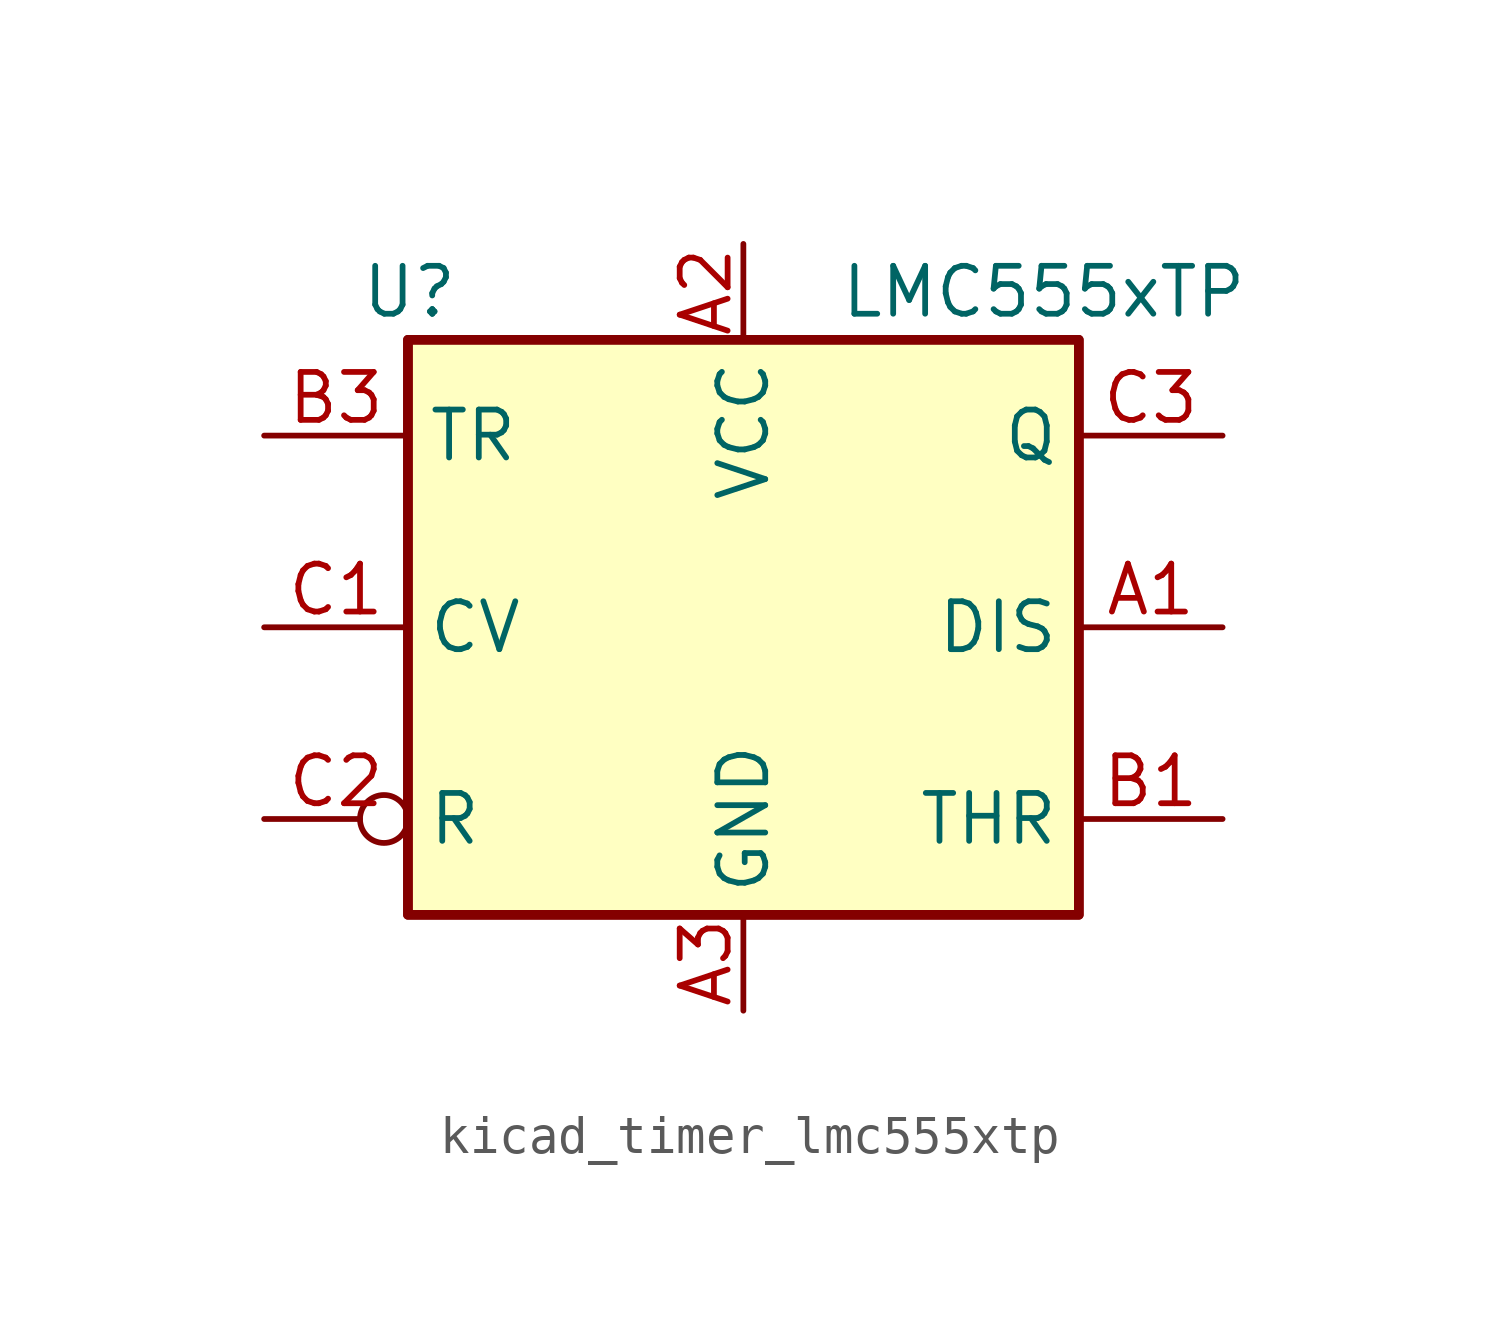
<source format=kicad_sym>
(kicad_symbol_lib
  (version 20220914)
  (generator kicad_symbol_editor)
  (symbol "kicad_timer_lmc555xtp"
    (property "Reference" "U"
      (at -10.16 8.89 0)
      (effects (font (size 1.27 1.27)) (justify left)))
    (property "Value" "LMC555xTP"
      (at 2.54 8.89 0)
      (effects (font (size 1.27 1.27)) (justify left)))
    (symbol "kicad_timer_lmc555xtp_0_0"
      (pin power_in line (at 0 10.16 270) (length 2.54) (name "VCC" (effects (font (size 1.27 1.27)))) (number "A2" (effects (font (size 1.27 1.27)))))
      (pin power_in line (at 0 -10.16 90) (length 2.54) (name "GND" (effects (font (size 1.27 1.27)))) (number "A3" (effects (font (size 1.27 1.27))))))
    (symbol "kicad_timer_lmc555xtp_0_1"
      (rectangle (start -8.89 -7.62) (end 8.89 7.62) (stroke (width 0.254) (type default)) (fill (type background)))
      (rectangle (start -8.89 -7.62) (end 8.89 7.62) (stroke (width 0.254) (type default)) (fill (type background))))
    (symbol "kicad_timer_lmc555xtp_1_1"
      (pin input line (at 12.7 0 180) (length 3.81) (name "DIS" (effects (font (size 1.27 1.27)))) (number "A1" (effects (font (size 1.27 1.27)))))
      (pin input line (at 12.7 -5.08 180) (length 3.81) (name "THR" (effects (font (size 1.27 1.27)))) (number "B1" (effects (font (size 1.27 1.27)))))
      (pin input line (at -12.7 5.08 0) (length 3.81) (name "TR" (effects (font (size 1.27 1.27)))) (number "B3" (effects (font (size 1.27 1.27)))))
      (pin input line (at -12.7 0 0) (length 3.81) (name "CV" (effects (font (size 1.27 1.27)))) (number "C1" (effects (font (size 1.27 1.27)))))
      (pin input inverted (at -12.7 -5.08 0) (length 3.81) (name "R" (effects (font (size 1.27 1.27)))) (number "C2" (effects (font (size 1.27 1.27)))))
      (pin output line (at 12.7 5.08 180) (length 3.81) (name "Q" (effects (font (size 1.27 1.27)))) (number "C3" (effects (font (size 1.27 1.27))))))))
</source>
